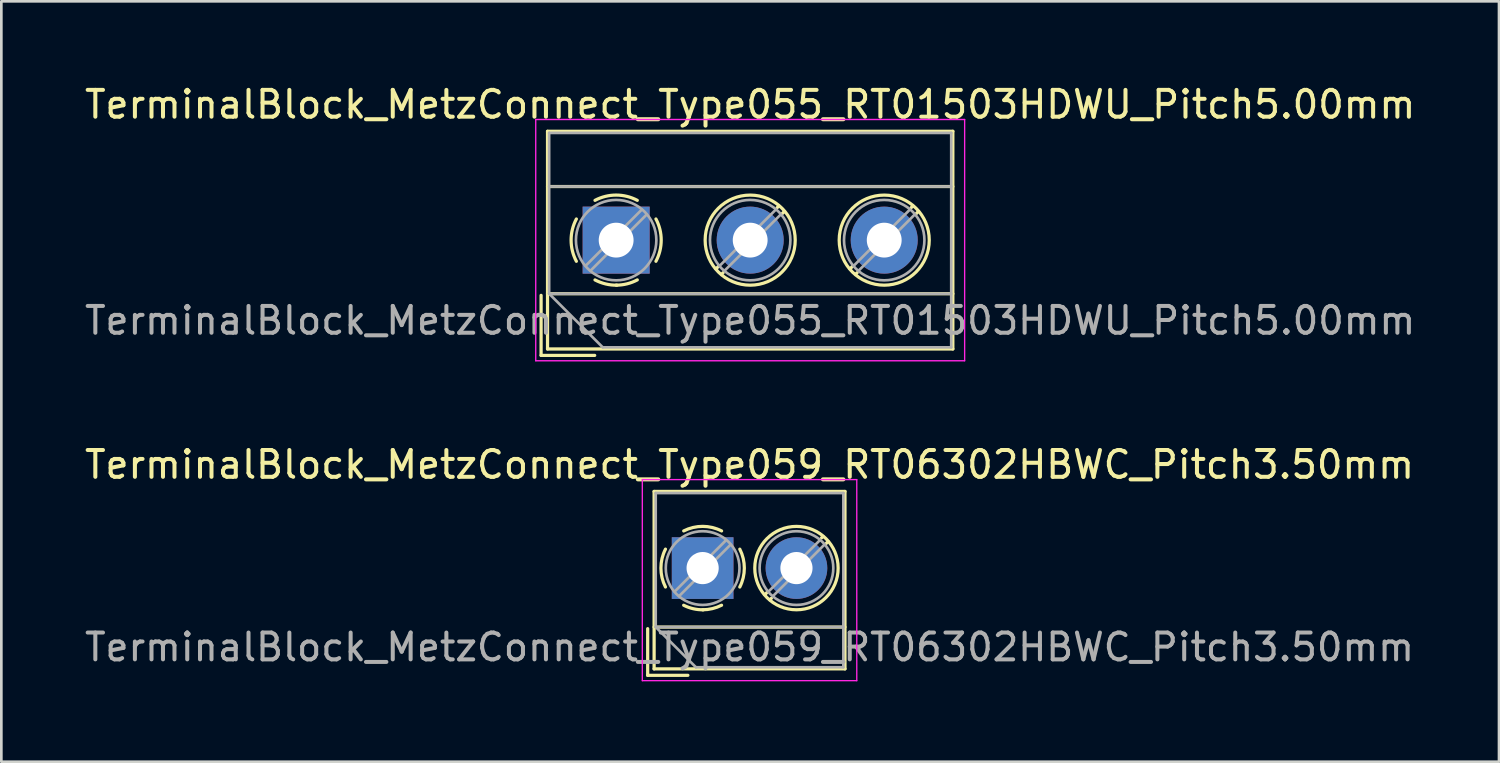
<source format=kicad_pcb>
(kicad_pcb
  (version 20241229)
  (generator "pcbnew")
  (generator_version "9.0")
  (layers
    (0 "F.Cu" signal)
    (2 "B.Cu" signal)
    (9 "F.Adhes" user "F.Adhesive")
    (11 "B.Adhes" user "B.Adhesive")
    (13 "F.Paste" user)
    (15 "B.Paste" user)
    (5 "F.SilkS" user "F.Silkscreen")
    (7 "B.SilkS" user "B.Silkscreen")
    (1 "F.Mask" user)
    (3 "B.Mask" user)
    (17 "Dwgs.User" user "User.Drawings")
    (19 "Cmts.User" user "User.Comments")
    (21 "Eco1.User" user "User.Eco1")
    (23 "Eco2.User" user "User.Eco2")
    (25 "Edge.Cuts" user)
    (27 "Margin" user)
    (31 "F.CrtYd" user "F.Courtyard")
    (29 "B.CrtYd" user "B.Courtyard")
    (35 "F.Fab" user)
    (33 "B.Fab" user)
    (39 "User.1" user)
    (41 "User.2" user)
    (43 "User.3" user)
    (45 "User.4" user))
  (footprint "TerminalBlock_MetzConnect_Type055_RT01503HDWU_Pitch5.00mm"
    (layer "F.Cu")
    (at 19.935 5.908)
    (property "Reference" "TerminalBlock_MetzConnect_Type055_RT01503HDWU_Pitch5.00mm" (at 5 -5.06 0) (layer "F.SilkS") (effects (font (size 1 1) (thickness 0.15))))
    (attr through_hole)
    (fp_line (start -2.8 2.06) (end -2.8 4.3) (stroke (width 0.12) (type solid)) (layer "F.SilkS"))
    (fp_line (start -2.8 4.3) (end -0.8 4.3) (stroke (width 0.12) (type solid)) (layer "F.SilkS"))
    (fp_line (start -2.56 -4.06) (end -2.56 4.06) (stroke (width 0.12) (type solid)) (layer "F.SilkS"))
    (fp_line (start -2.56 -2) (end 12.56 -2) (stroke (width 0.12) (type solid)) (layer "F.SilkS"))
    (fp_line (start -2.56 2) (end 12.56 2) (stroke (width 0.12) (type solid)) (layer "F.SilkS"))
    (fp_line (start -2.56 4.06) (end 12.56 4.06) (stroke (width 0.12) (type solid)) (layer "F.SilkS"))
    (fp_line (start 3.82 0.976) (end 3.726 1.069) (stroke (width 0.12) (type solid)) (layer "F.SilkS"))
    (fp_line (start 3.99 1.216) (end 3.931 1.274) (stroke (width 0.12) (type solid)) (layer "F.SilkS"))
    (fp_line (start 6.07 -1.275) (end 6.011 -1.216) (stroke (width 0.12) (type solid)) (layer "F.SilkS"))
    (fp_line (start 6.275 -1.069) (end 6.181 -0.976) (stroke (width 0.12) (type solid)) (layer "F.SilkS"))
    (fp_line (start 8.82 0.976) (end 8.726 1.069) (stroke (width 0.12) (type solid)) (layer "F.SilkS"))
    (fp_line (start 8.99 1.216) (end 8.931 1.274) (stroke (width 0.12) (type solid)) (layer "F.SilkS"))
    (fp_line (start 11.07 -1.275) (end 11.011 -1.216) (stroke (width 0.12) (type solid)) (layer "F.SilkS"))
    (fp_line (start 11.275 -1.069) (end 11.181 -0.976) (stroke (width 0.12) (type solid)) (layer "F.SilkS"))
    (fp_line (start 12.56 -4.06) (end -2.56 -4.06) (stroke (width 0.12) (type solid)) (layer "F.SilkS"))
    (fp_line (start 12.56 4.06) (end 12.56 -4.06) (stroke (width 0.12) (type solid)) (layer "F.SilkS"))
    (fp_arc (start -1.483953 0.789089) (mid -1.680708 0.00005) (end -1.484 -0.789) (stroke (width 0.12) (type solid)) (layer "F.SilkS"))
    (fp_arc (start -0.789089 -1.483953) (mid -0.00005 -1.680708) (end 0.789 -1.484) (stroke (width 0.12) (type solid)) (layer "F.SilkS"))
    (fp_arc (start 0.029383 1.68045) (mid -0.392304 1.634281) (end -0.789 1.484) (stroke (width 0.12) (type solid)) (layer "F.SilkS"))
    (fp_arc (start 0.788712 1.483352) (mid 0.406429 1.630097) (end 0 1.68) (stroke (width 0.12) (type solid)) (layer "F.SilkS"))
    (fp_arc (start 1.483953 -0.789089) (mid 1.680708 -0.00005) (end 1.484 0.789) (stroke (width 0.12) (type solid)) (layer "F.SilkS"))
    (fp_circle (center 5 0) (end 6.68 0) (stroke (width 0.12) (type solid)) (fill no) (layer "F.SilkS"))
    (fp_circle (center 10 0) (end 11.68 0) (stroke (width 0.12) (type solid)) (fill no) (layer "F.SilkS"))
    (fp_line (start -3 -4.5) (end -3 4.5) (stroke (width 0.05) (type solid)) (layer "F.CrtYd"))
    (fp_line (start -3 4.5) (end 13 4.5) (stroke (width 0.05) (type solid)) (layer "F.CrtYd"))
    (fp_line (start 13 -4.5) (end -3 -4.5) (stroke (width 0.05) (type solid)) (layer "F.CrtYd"))
    (fp_line (start 13 4.5) (end 13 -4.5) (stroke (width 0.05) (type solid)) (layer "F.CrtYd"))
    (fp_line (start -2.5 -4) (end 12.5 -4) (stroke (width 0.1) (type solid)) (layer "F.Fab"))
    (fp_line (start -2.5 -2) (end 12.5 -2) (stroke (width 0.1) (type solid)) (layer "F.Fab"))
    (fp_line (start -2.5 2) (end -2.5 -4) (stroke (width 0.1) (type solid)) (layer "F.Fab"))
    (fp_line (start -2.5 2) (end 12.5 2) (stroke (width 0.1) (type solid)) (layer "F.Fab"))
    (fp_line (start -0.5 4) (end -2.5 2) (stroke (width 0.1) (type solid)) (layer "F.Fab"))
    (fp_line (start 0.955 -1.138) (end -1.138 0.955) (stroke (width 0.1) (type solid)) (layer "F.Fab"))
    (fp_line (start 1.138 -0.955) (end -0.955 1.138) (stroke (width 0.1) (type solid)) (layer "F.Fab"))
    (fp_line (start 5.955 -1.138) (end 3.863 0.955) (stroke (width 0.1) (type solid)) (layer "F.Fab"))
    (fp_line (start 6.138 -0.955) (end 4.046 1.138) (stroke (width 0.1) (type solid)) (layer "F.Fab"))
    (fp_line (start 10.955 -1.138) (end 8.863 0.955) (stroke (width 0.1) (type solid)) (layer "F.Fab"))
    (fp_line (start 11.138 -0.955) (end 9.046 1.138) (stroke (width 0.1) (type solid)) (layer "F.Fab"))
    (fp_line (start 12.5 -4) (end 12.5 4) (stroke (width 0.1) (type solid)) (layer "F.Fab"))
    (fp_line (start 12.5 4) (end -0.5 4) (stroke (width 0.1) (type solid)) (layer "F.Fab"))
    (fp_circle (center 0 0) (end 1.5 0) (stroke (width 0.1) (type solid)) (fill no) (layer "F.Fab"))
    (fp_circle (center 5 0) (end 6.5 0) (stroke (width 0.1) (type solid)) (fill no) (layer "F.Fab"))
    (fp_circle (center 10 0) (end 11.5 0) (stroke (width 0.1) (type solid)) (fill no) (layer "F.Fab"))
    (fp_text user "${REFERENCE}" (at 5 3 0) (layer "F.Fab") (effects (font (size 1 1) (thickness 0.15))))
    (pad "1" thru_hole rect (at 0 0) (size 2.5 2.5) (drill 1.3) (layers "*.Cu" "*.Mask"))
    (pad "2" thru_hole circle (at 5 0) (size 2.5 2.5) (drill 1.3) (layers "*.Cu" "*.Mask"))
    (pad "3" thru_hole circle (at 10 0) (size 2.5 2.5) (drill 1.3) (layers "*.Cu" "*.Mask")))
  (footprint "TerminalBlock_MetzConnect_Type059_RT06302HBWC_Pitch3.50mm"
    (layer "F.Cu")
    (at 23.161 18.142)
    (property "Reference" "TerminalBlock_MetzConnect_Type059_RT06302HBWC_Pitch3.50mm" (at 1.75 -3.86 0) (layer "F.SilkS") (effects (font (size 1 1) (thickness 0.15))))
    (attr through_hole)
    (fp_line (start -2.05 2.26) (end -2.05 4) (stroke (width 0.12) (type solid)) (layer "F.SilkS"))
    (fp_line (start -2.05 4) (end -0.55 4) (stroke (width 0.12) (type solid)) (layer "F.SilkS"))
    (fp_line (start -1.81 -2.86) (end -1.81 3.76) (stroke (width 0.12) (type solid)) (layer "F.SilkS"))
    (fp_line (start -1.81 2.2) (end 5.31 2.2) (stroke (width 0.12) (type solid)) (layer "F.SilkS"))
    (fp_line (start -1.81 3.76) (end 5.31 3.76) (stroke (width 0.12) (type solid)) (layer "F.SilkS"))
    (fp_line (start 2.397 0.914) (end 2.321 0.99) (stroke (width 0.12) (type solid)) (layer "F.SilkS"))
    (fp_line (start 2.565 1.125) (end 2.511 1.18) (stroke (width 0.12) (type solid)) (layer "F.SilkS"))
    (fp_line (start 4.49 -1.18) (end 4.436 -1.126) (stroke (width 0.12) (type solid)) (layer "F.SilkS"))
    (fp_line (start 4.68 -0.99) (end 4.604 -0.914) (stroke (width 0.12) (type solid)) (layer "F.SilkS"))
    (fp_line (start 5.31 -2.86) (end -1.81 -2.86) (stroke (width 0.12) (type solid)) (layer "F.SilkS"))
    (fp_line (start 5.31 3.76) (end 5.31 -2.86) (stroke (width 0.12) (type solid)) (layer "F.SilkS"))
    (fp_arc (start -1.386645 0.705733) (mid -1.555906 -0.000711) (end -1.386 -0.707) (stroke (width 0.12) (type solid)) (layer "F.SilkS"))
    (fp_arc (start -0.705733 -1.386645) (mid 0.000711 -1.555906) (end 0.707 -1.386) (stroke (width 0.12) (type solid)) (layer "F.SilkS"))
    (fp_arc (start 0.026444 1.555682) (mid -0.350695 1.515869) (end -0.707 1.386) (stroke (width 0.12) (type solid)) (layer "F.SilkS"))
    (fp_arc (start 0.705955 1.385515) (mid 0.363007 1.512035) (end 0 1.555) (stroke (width 0.12) (type solid)) (layer "F.SilkS"))
    (fp_arc (start 1.386645 -0.705733) (mid 1.555906 0.000711) (end 1.386 0.707) (stroke (width 0.12) (type solid)) (layer "F.SilkS"))
    (fp_circle (center 3.5 0) (end 5.055 0) (stroke (width 0.12) (type solid)) (fill no) (layer "F.SilkS"))
    (fp_line (start -2.25 -3.3) (end -2.25 4.2) (stroke (width 0.05) (type solid)) (layer "F.CrtYd"))
    (fp_line (start -2.25 4.2) (end 5.75 4.2) (stroke (width 0.05) (type solid)) (layer "F.CrtYd"))
    (fp_line (start 5.75 -3.3) (end -2.25 -3.3) (stroke (width 0.05) (type solid)) (layer "F.CrtYd"))
    (fp_line (start 5.75 4.2) (end 5.75 -3.3) (stroke (width 0.05) (type solid)) (layer "F.CrtYd"))
    (fp_line (start -1.75 -2.8) (end 5.25 -2.8) (stroke (width 0.1) (type solid)) (layer "F.Fab"))
    (fp_line (start -1.75 2.2) (end -1.75 -2.8) (stroke (width 0.1) (type solid)) (layer "F.Fab"))
    (fp_line (start -1.75 2.2) (end 5.25 2.2) (stroke (width 0.1) (type solid)) (layer "F.Fab"))
    (fp_line (start -0.25 3.7) (end -1.75 2.2) (stroke (width 0.1) (type solid)) (layer "F.Fab"))
    (fp_line (start 0.876 -1.043) (end -1.043 0.875) (stroke (width 0.1) (type solid)) (layer "F.Fab"))
    (fp_line (start 1.043 -0.875) (end -0.876 1.043) (stroke (width 0.1) (type solid)) (layer "F.Fab"))
    (fp_line (start 4.376 -1.043) (end 2.458 0.875) (stroke (width 0.1) (type solid)) (layer "F.Fab"))
    (fp_line (start 4.543 -0.875) (end 2.625 1.043) (stroke (width 0.1) (type solid)) (layer "F.Fab"))
    (fp_line (start 5.25 -2.8) (end 5.25 3.7) (stroke (width 0.1) (type solid)) (layer "F.Fab"))
    (fp_line (start 5.25 3.7) (end -0.25 3.7) (stroke (width 0.1) (type solid)) (layer "F.Fab"))
    (fp_circle (center 0 0) (end 1.375 0) (stroke (width 0.1) (type solid)) (fill no) (layer "F.Fab"))
    (fp_circle (center 3.5 0) (end 4.875 0) (stroke (width 0.1) (type solid)) (fill no) (layer "F.Fab"))
    (fp_text user "${REFERENCE}" (at 1.75 2.95 0) (layer "F.Fab") (effects (font (size 1 1) (thickness 0.15))))
    (pad "1" thru_hole rect (at 0 0) (size 2.3 2.3) (drill 1.2) (layers "*.Cu" "*.Mask"))
    (pad "2" thru_hole circle (at 3.5 0) (size 2.3 2.3) (drill 1.2) (layers "*.Cu" "*.Mask")))
  (gr_rect
    (start -3 -3)
    (end 52.869 25.366)
    (stroke (width 0.1) (type default))
    (fill no)
    (layer "Edge.Cuts")))
</source>
